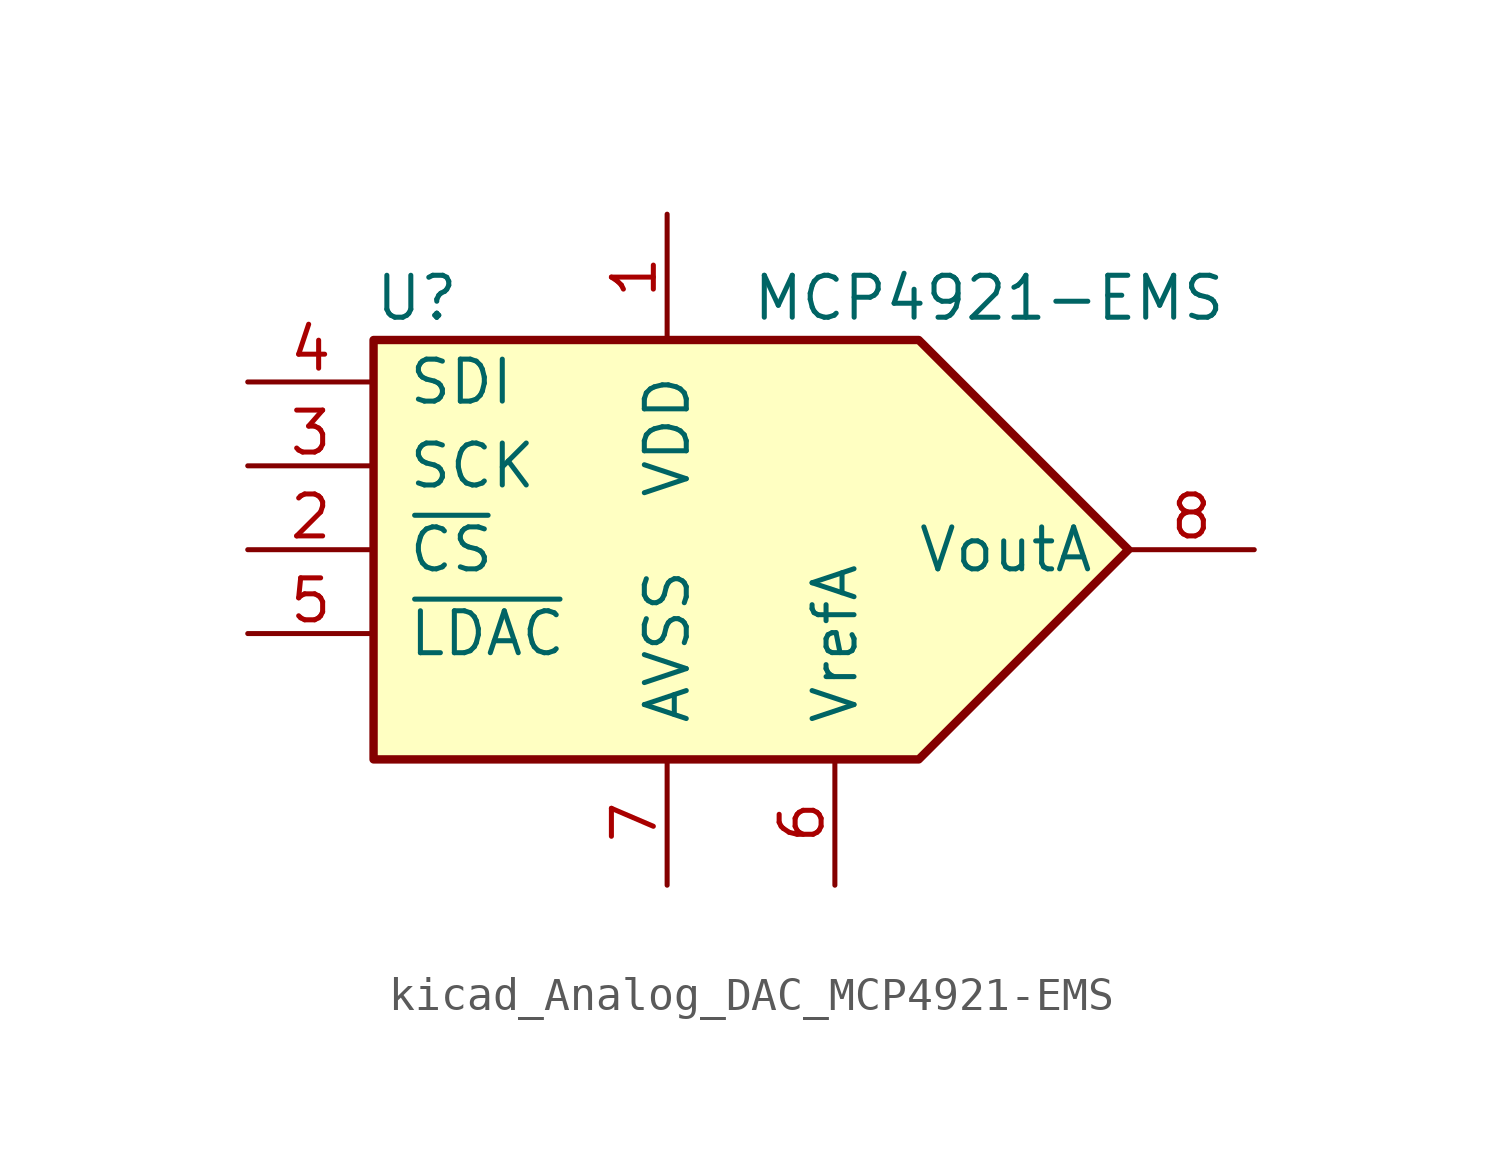
<source format=kicad_sym>
(kicad_symbol_lib
  (version 20220914)
  (generator kicad_symbol_editor)
  (symbol "kicad_Analog_DAC_MCP4921-EMS"
    (pin_names
      (offset 1.016))
    (property "Reference" "U"
      (at -11.43 7.62 0)
      (effects (font (size 1.27 1.27)) (justify left)))
    (property "Value" "MCP4921-EMS"
      (at 0 7.62 0)
      (effects (font (size 1.27 1.27)) (justify left)))
    (symbol "kicad_Analog_DAC_MCP4921-EMS_0_1"
      (polyline (pts (xy -11.43 6.35) (xy 5.08 6.35) (xy 11.43 0) (xy 5.08 -6.35) (xy -11.43 -6.35) (xy -11.43 6.35)) (stroke (width 0.254) (type default)) (fill (type background))))
    (symbol "kicad_Analog_DAC_MCP4921-EMS_1_1"
      (pin power_in line (at -2.54 10.16 270) (length 3.81) (name "VDD" (effects (font (size 1.27 1.27)))) (number "1" (effects (font (size 1.27 1.27)))))
      (pin input line (at -15.24 0 0) (length 3.81) (name "~{CS}" (effects (font (size 1.27 1.27)))) (number "2" (effects (font (size 1.27 1.27)))))
      (pin input line (at -15.24 2.54 0) (length 3.81) (name "SCK" (effects (font (size 1.27 1.27)))) (number "3" (effects (font (size 1.27 1.27)))))
      (pin input line (at -15.24 5.08 0) (length 3.81) (name "SDI" (effects (font (size 1.27 1.27)))) (number "4" (effects (font (size 1.27 1.27)))))
      (pin input line (at -15.24 -2.54 0) (length 3.81) (name "~{LDAC}" (effects (font (size 1.27 1.27)))) (number "5" (effects (font (size 1.27 1.27)))))
      (pin passive line (at 2.54 -10.16 90) (length 3.81) (name "VrefA" (effects (font (size 1.27 1.27)))) (number "6" (effects (font (size 1.27 1.27)))))
      (pin power_in line (at -2.54 -10.16 90) (length 3.81) (name "AVSS" (effects (font (size 1.27 1.27)))) (number "7" (effects (font (size 1.27 1.27)))))
      (pin passive line (at 15.24 0 180) (length 3.81) (name "VoutA" (effects (font (size 1.27 1.27)))) (number "8" (effects (font (size 1.27 1.27))))))))
</source>
